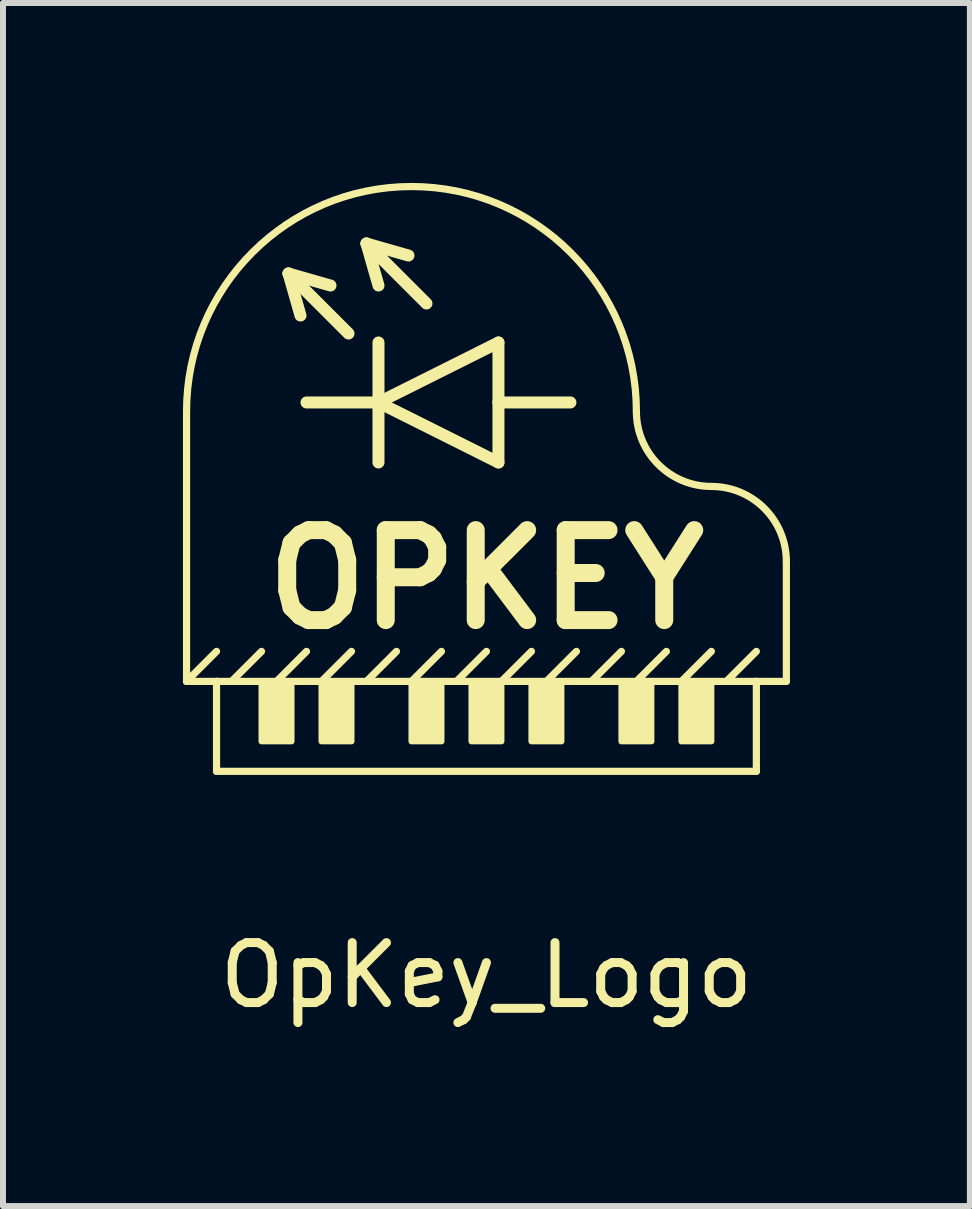
<source format=kicad_pcb>
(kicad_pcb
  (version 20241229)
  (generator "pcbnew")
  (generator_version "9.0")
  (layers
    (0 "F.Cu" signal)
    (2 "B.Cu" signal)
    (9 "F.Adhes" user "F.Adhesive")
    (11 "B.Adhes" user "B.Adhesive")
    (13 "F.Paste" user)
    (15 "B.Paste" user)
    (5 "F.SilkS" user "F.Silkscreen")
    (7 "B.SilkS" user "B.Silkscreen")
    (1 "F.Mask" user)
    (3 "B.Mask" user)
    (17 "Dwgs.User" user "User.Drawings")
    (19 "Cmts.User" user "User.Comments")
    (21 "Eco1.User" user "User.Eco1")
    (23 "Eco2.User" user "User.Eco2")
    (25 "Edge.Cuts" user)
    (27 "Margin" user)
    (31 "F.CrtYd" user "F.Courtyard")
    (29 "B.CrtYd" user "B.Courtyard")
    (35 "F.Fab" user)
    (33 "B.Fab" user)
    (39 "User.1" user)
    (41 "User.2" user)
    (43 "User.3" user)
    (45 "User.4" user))
  (footprint "OpKey_Logo"
    (layer "F.Cu")
    (at 5.06 4.81)
    (property "Reference" "OpKey_Logo" (at 0 8.4 0) (layer "F.SilkS") (effects (font (size 1 1) (thickness 0.15))))
    (attr exclude_from_pos_files exclude_from_bom)
    (fp_line (start -5 3.5) (end -5 -1) (stroke (width 0.12) (type solid)) (layer "F.SilkS"))
    (fp_line (start -4.5 3) (end -5 3.5) (stroke (width 0.12) (type solid)) (layer "F.SilkS"))
    (fp_line (start -4.5 3.5) (end -5 3.5) (stroke (width 0.12) (type solid)) (layer "F.SilkS"))
    (fp_line (start -4.5 3.5) (end -4.5 5) (stroke (width 0.12) (type solid)) (layer "F.SilkS"))
    (fp_line (start -4.5 5) (end 4.5 5) (stroke (width 0.12) (type solid)) (layer "F.SilkS"))
    (fp_line (start -3.75 3) (end -4.25 3.5) (stroke (width 0.12) (type solid)) (layer "F.SilkS"))
    (fp_line (start -3.3 -3.3) (end -3.1 -2.6) (stroke (width 0.2) (type solid)) (layer "F.SilkS"))
    (fp_line (start -3.3 -3.3) (end -2.6 -3.1) (stroke (width 0.2) (type solid)) (layer "F.SilkS"))
    (fp_line (start -3 3) (end -3.5 3.5) (stroke (width 0.12) (type solid)) (layer "F.SilkS"))
    (fp_line (start -2.3 -2.3) (end -3.3 -3.3) (stroke (width 0.2) (type solid)) (layer "F.SilkS"))
    (fp_line (start -2.25 3) (end -2.75 3.5) (stroke (width 0.12) (type solid)) (layer "F.SilkS"))
    (fp_line (start -2 -3.8) (end -1.8 -3.1) (stroke (width 0.2) (type solid)) (layer "F.SilkS"))
    (fp_line (start -2 -3.8) (end -1.3 -3.6) (stroke (width 0.2) (type solid)) (layer "F.SilkS"))
    (fp_line (start -1.8 -2.15) (end -1.8 -0.15) (stroke (width 0.2) (type solid)) (layer "F.SilkS"))
    (fp_line (start -1.8 -1.15) (end -3 -1.15) (stroke (width 0.2) (type solid)) (layer "F.SilkS"))
    (fp_line (start -1.8 -1.15) (end 0.2 -0.15) (stroke (width 0.2) (type solid)) (layer "F.SilkS"))
    (fp_line (start -1.8 -0.15) (end -1.8 -1.15) (stroke (width 0.12) (type solid)) (layer "F.SilkS"))
    (fp_line (start -1.5 3) (end -2 3.5) (stroke (width 0.12) (type solid)) (layer "F.SilkS"))
    (fp_line (start -1 -2.8) (end -2 -3.8) (stroke (width 0.2) (type solid)) (layer "F.SilkS"))
    (fp_line (start -0.75 3) (end -1.25 3.5) (stroke (width 0.12) (type solid)) (layer "F.SilkS"))
    (fp_line (start 0 3) (end -0.5 3.5) (stroke (width 0.12) (type solid)) (layer "F.SilkS"))
    (fp_line (start 0.2 -2.15) (end -1.8 -1.15) (stroke (width 0.2) (type solid)) (layer "F.SilkS"))
    (fp_line (start 0.2 -0.15) (end 0.2 -2.15) (stroke (width 0.2) (type solid)) (layer "F.SilkS"))
    (fp_line (start 0.75 3) (end 0.25 3.5) (stroke (width 0.12) (type solid)) (layer "F.SilkS"))
    (fp_line (start 1.4 -1.15) (end 0.2 -1.15) (stroke (width 0.2) (type solid)) (layer "F.SilkS"))
    (fp_line (start 1.5 3) (end 1 3.5) (stroke (width 0.12) (type solid)) (layer "F.SilkS"))
    (fp_line (start 2.25 3) (end 1.75 3.5) (stroke (width 0.12) (type solid)) (layer "F.SilkS"))
    (fp_line (start 3 3) (end 2.5 3.5) (stroke (width 0.12) (type solid)) (layer "F.SilkS"))
    (fp_line (start 3.75 3) (end 3.25 3.5) (stroke (width 0.12) (type solid)) (layer "F.SilkS"))
    (fp_line (start 4.5 3) (end 4 3.5) (stroke (width 0.12) (type solid)) (layer "F.SilkS"))
    (fp_line (start 4.5 3.5) (end -4.5 3.5) (stroke (width 0.12) (type solid)) (layer "F.SilkS"))
    (fp_line (start 4.5 3.5) (end 5 3.5) (stroke (width 0.12) (type solid)) (layer "F.SilkS"))
    (fp_line (start 4.5 5) (end 4.5 3.5) (stroke (width 0.12) (type solid)) (layer "F.SilkS"))
    (fp_line (start 5 3.5) (end 5 1.5) (stroke (width 0.12) (type solid)) (layer "F.SilkS"))
    (fp_arc (start -5 -1) (mid -1.25 -4.75) (end 2.5 -1) (stroke (width 0.12) (type solid)) (layer "F.SilkS"))
    (fp_arc (start 3.75 0.25) (mid 2.866117 -0.116117) (end 2.5 -1) (stroke (width 0.12) (type solid)) (layer "F.SilkS"))
    (fp_arc (start 3.75 0.25) (mid 4.633883 0.616117) (end 5 1.5) (stroke (width 0.12) (type solid)) (layer "F.SilkS"))
    (fp_poly (pts (xy -3.75 4.5) (xy -3.75 3.5) (xy -3.25 3.5) (xy -3.25 4.5)) (stroke (width 0.1) (type solid)) (fill yes) (layer "F.SilkS"))
    (fp_poly (pts (xy -2.75 4.5) (xy -2.75 3.5) (xy -2.25 3.5) (xy -2.25 4.5)) (stroke (width 0.1) (type solid)) (fill yes) (layer "F.SilkS"))
    (fp_poly (pts (xy -1.25 4.5) (xy -1.25 3.5) (xy -0.75 3.5) (xy -0.75 4.5)) (stroke (width 0.1) (type solid)) (fill yes) (layer "F.SilkS"))
    (fp_poly (pts (xy -0.25 4.5) (xy -0.25 3.5) (xy 0.25 3.5) (xy 0.25 4.5)) (stroke (width 0.1) (type solid)) (fill yes) (layer "F.SilkS"))
    (fp_poly (pts (xy 0.75 4.5) (xy 0.75 3.5) (xy 1.25 3.5) (xy 1.25 4.5)) (stroke (width 0.1) (type solid)) (fill yes) (layer "F.SilkS"))
    (fp_poly (pts (xy 2.25 4.5) (xy 2.25 3.5) (xy 2.75 3.5) (xy 2.75 4.5)) (stroke (width 0.1) (type solid)) (fill yes) (layer "F.SilkS"))
    (fp_poly (pts (xy 3.25 4.5) (xy 3.25 3.5) (xy 3.75 3.5) (xy 3.75 4.5)) (stroke (width 0.1) (type solid)) (fill yes) (layer "F.SilkS"))
    (fp_text user "OPKEY" (at 0 1.8 0) (layer "F.SilkS") (effects (font (size 1.5 1.5) (thickness 0.3)))))
  (gr_rect
    (start -3 -3)
    (end 13.12 17.058)
    (stroke (width 0.1) (type default))
    (fill no)
    (layer "Edge.Cuts")))
</source>
